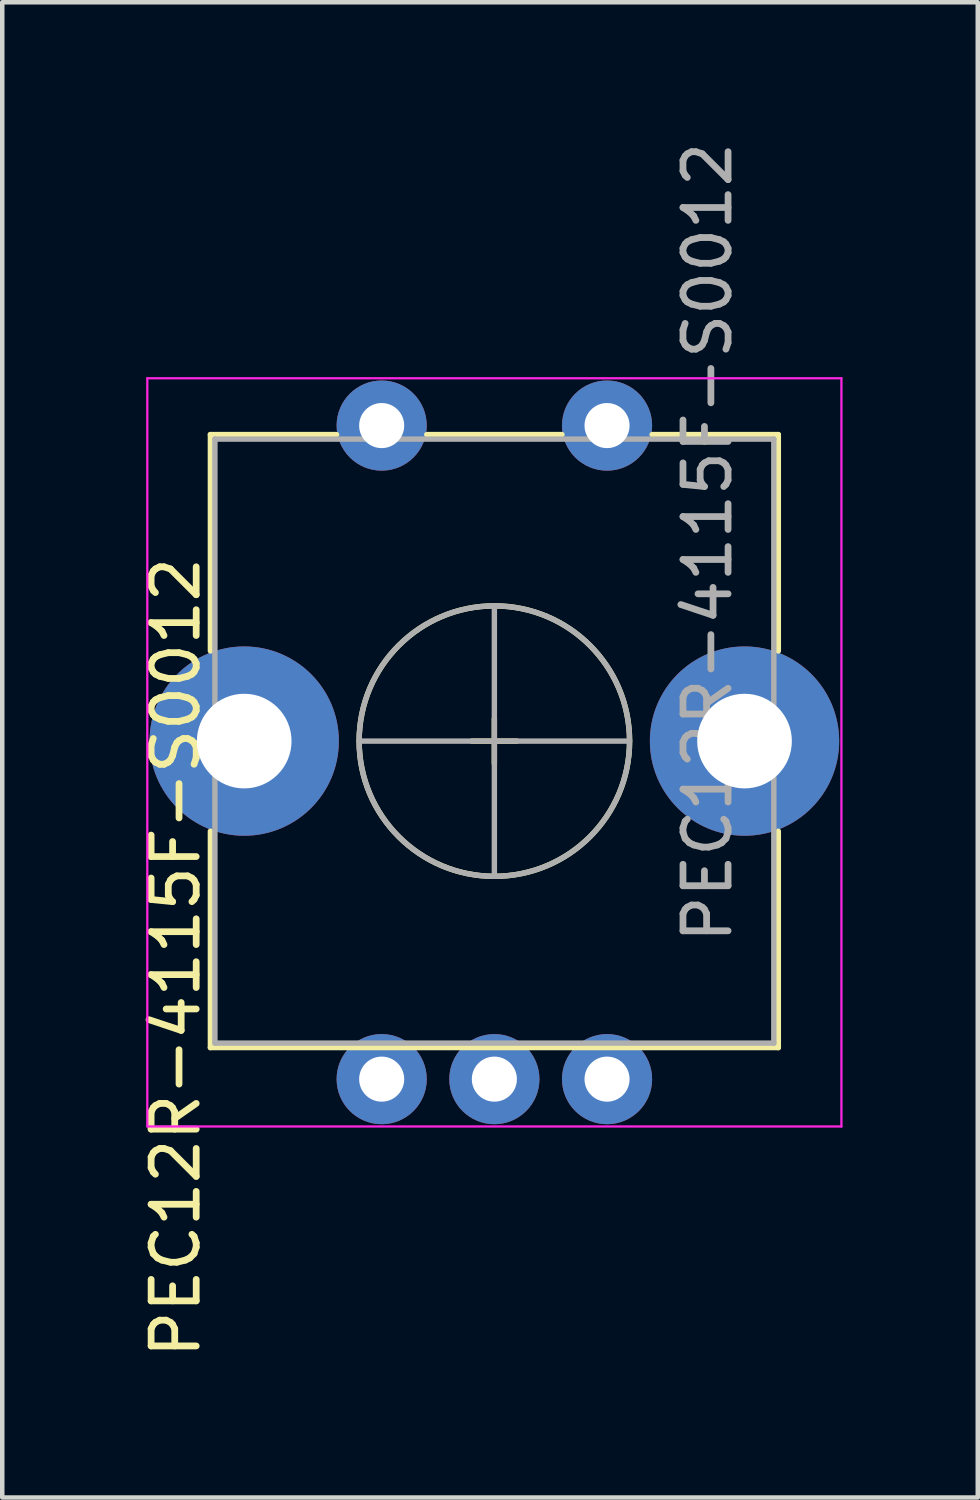
<source format=kicad_pcb>
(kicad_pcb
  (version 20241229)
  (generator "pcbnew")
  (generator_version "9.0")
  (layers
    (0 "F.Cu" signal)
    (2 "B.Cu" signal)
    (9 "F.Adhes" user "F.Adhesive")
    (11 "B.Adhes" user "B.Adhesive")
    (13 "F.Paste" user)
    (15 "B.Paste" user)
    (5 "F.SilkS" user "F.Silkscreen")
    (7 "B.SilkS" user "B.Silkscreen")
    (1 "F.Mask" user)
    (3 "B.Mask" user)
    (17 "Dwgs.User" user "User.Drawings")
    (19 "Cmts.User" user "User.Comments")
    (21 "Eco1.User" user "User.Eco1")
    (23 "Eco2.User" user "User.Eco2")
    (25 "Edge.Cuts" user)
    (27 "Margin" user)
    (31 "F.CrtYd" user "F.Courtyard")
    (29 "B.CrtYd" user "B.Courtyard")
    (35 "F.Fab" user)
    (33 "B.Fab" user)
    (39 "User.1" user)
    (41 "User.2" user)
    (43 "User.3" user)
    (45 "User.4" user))
  (footprint "PEC12R-4115F-S0012"
    (layer "F.Cu")
    (at 7.918 13.392)
    (property "Reference" "PEC12R-4115F-S0012" (at -7.07 4.8 90) (layer "F.SilkS") (effects (font (size 1 1) (thickness 0.15))))
    (attr through_hole)
    (fp_line (start -6.3 -6.8) (end -3.5 -6.8) (stroke (width 0.12) (type solid)) (layer "F.SilkS"))
    (fp_line (start -6.3 -2) (end -6.3 -6.8) (stroke (width 0.12) (type solid)) (layer "F.SilkS"))
    (fp_line (start -6.3 2) (end -6.3 6.8) (stroke (width 0.12) (type solid)) (layer "F.SilkS"))
    (fp_line (start -6.3 6.8) (end 6.3 6.8) (stroke (width 0.12) (type solid)) (layer "F.SilkS"))
    (fp_line (start -1.5 -6.8) (end 1.5 -6.8) (stroke (width 0.12) (type solid)) (layer "F.SilkS"))
    (fp_line (start -0.5 0) (end 0.5 0) (stroke (width 0.12) (type solid)) (layer "F.SilkS"))
    (fp_line (start 0 0.5) (end 0 -0.5) (stroke (width 0.12) (type solid)) (layer "F.SilkS"))
    (fp_line (start 3.5 -6.8) (end 6.3 -6.8) (stroke (width 0.12) (type solid)) (layer "F.SilkS"))
    (fp_line (start 6.3 -6.8) (end 6.3 -2) (stroke (width 0.12) (type solid)) (layer "F.SilkS"))
    (fp_line (start 6.3 2) (end 6.3 6.8) (stroke (width 0.12) (type solid)) (layer "F.SilkS"))
    (fp_circle (center 0 0) (end 3 0) (stroke (width 0.12) (type solid)) (fill no) (layer "F.SilkS"))
    (fp_line (start -7.7 8.55) (end -7.7 -8.05) (stroke (width 0.05) (type solid)) (layer "F.CrtYd"))
    (fp_line (start -7.7 8.55) (end 7.7 8.55) (stroke (width 0.05) (type solid)) (layer "F.CrtYd"))
    (fp_line (start 7.7 -8.05) (end -7.7 -8.05) (stroke (width 0.05) (type solid)) (layer "F.CrtYd"))
    (fp_line (start 7.7 -8.05) (end 7.7 8.55) (stroke (width 0.05) (type solid)) (layer "F.CrtYd"))
    (fp_line (start -6.2 -6.7) (end 6.2 -6.7) (stroke (width 0.12) (type solid)) (layer "F.Fab"))
    (fp_line (start -6.2 6.7) (end -6.2 -6.7) (stroke (width 0.12) (type solid)) (layer "F.Fab"))
    (fp_line (start -3 0) (end 3 0) (stroke (width 0.12) (type solid)) (layer "F.Fab"))
    (fp_line (start 0 3) (end 0 -3) (stroke (width 0.12) (type solid)) (layer "F.Fab"))
    (fp_line (start 6.2 -6.7) (end 6.2 6.7) (stroke (width 0.12) (type solid)) (layer "F.Fab"))
    (fp_line (start 6.2 6.7) (end -6.2 6.7) (stroke (width 0.12) (type solid)) (layer "F.Fab"))
    (fp_circle (center 0 0) (end 3 0) (stroke (width 0.12) (type solid)) (fill no) (layer "F.Fab"))
    (fp_text user "${REFERENCE}" (at 4.73 -4.41 90) (layer "F.Fab") (effects (font (size 1 1) (thickness 0.15))))
    (pad "1" thru_hole circle (at -2.5 -7 90) (size 2 2) (drill 1) (layers "*.Cu" "*.Mask"))
    (pad "2" thru_hole circle (at 2.5 -7 90) (size 2 2) (drill 1) (layers "*.Cu" "*.Mask"))
    (pad "A" thru_hole circle (at -2.5 7.5 90) (size 2 2) (drill 1) (layers "*.Cu" "*.Mask"))
    (pad "B" thru_hole circle (at 2.5 7.5 90) (size 2 2) (drill 1) (layers "*.Cu" "*.Mask"))
    (pad "C" thru_hole circle (at 0 7.5 90) (size 2 2) (drill 1) (layers "*.Cu" "*.Mask"))
    (pad "MP" thru_hole circle (at -5.55 0) (size 4.2 4.2) (drill 2.1) (layers "*.Cu" "*.Mask"))
    (pad "MP" thru_hole circle (at 5.55 0) (size 4.2 4.2) (drill 2.1) (layers "*.Cu" "*.Mask")))
  (gr_rect
    (start -3 -3)
    (end 18.643 30.174)
    (stroke (width 0.1) (type default))
    (fill no)
    (layer "Edge.Cuts")))
</source>
